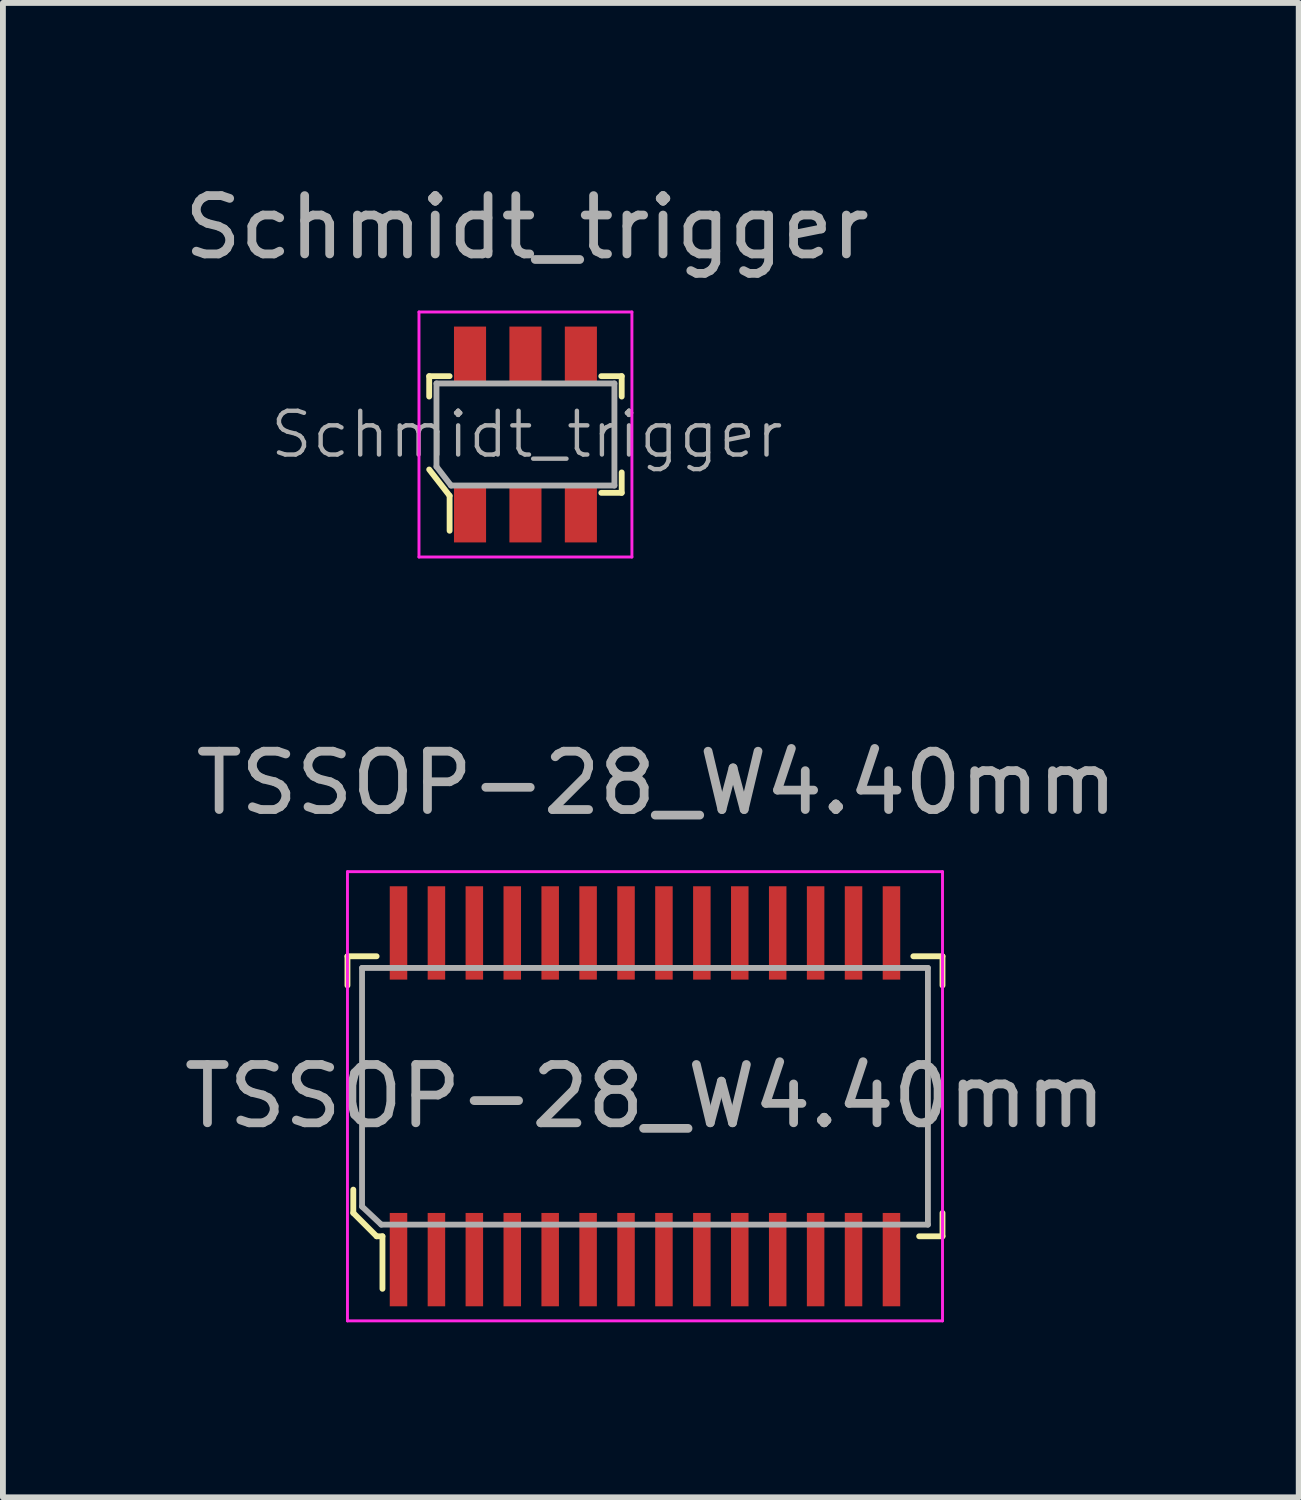
<source format=kicad_pcb>
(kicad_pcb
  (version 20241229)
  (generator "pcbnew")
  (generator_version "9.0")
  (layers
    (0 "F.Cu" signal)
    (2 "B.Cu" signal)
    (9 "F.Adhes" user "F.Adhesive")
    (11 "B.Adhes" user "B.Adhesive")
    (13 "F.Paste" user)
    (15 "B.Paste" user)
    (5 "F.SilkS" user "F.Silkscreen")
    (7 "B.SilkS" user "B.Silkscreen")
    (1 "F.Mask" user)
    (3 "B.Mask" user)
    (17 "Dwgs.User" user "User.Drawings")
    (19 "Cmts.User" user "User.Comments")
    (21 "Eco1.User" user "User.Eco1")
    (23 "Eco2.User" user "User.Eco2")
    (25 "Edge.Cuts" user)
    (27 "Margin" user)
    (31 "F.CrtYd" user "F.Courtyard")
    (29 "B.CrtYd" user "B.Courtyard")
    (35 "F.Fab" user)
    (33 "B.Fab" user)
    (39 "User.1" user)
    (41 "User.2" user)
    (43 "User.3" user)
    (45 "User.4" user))
  (footprint "Schmidt_trigger"
    (layer "F.Cu")
    (at 5.957 4.398)
    (property "Reference" "Schmidt_trigger" (at 0.025 -3.55 0) (layer "F.Fab") (effects (font (size 1 1) (thickness 0.15))))
    (attr smd)
    (fp_line (start -1.65 -1) (end -1.65 -0.65) (stroke (width 0.1) (type solid)) (layer "F.SilkS"))
    (fp_line (start -1.3 -1) (end -1.65 -1) (stroke (width 0.1) (type solid)) (layer "F.SilkS"))
    (fp_line (start -1.3 1.05) (end -1.65 0.6) (stroke (width 0.1) (type solid)) (layer "F.SilkS"))
    (fp_line (start -1.3 1.65) (end -1.3 1.05) (stroke (width 0.1) (type solid)) (layer "F.SilkS"))
    (fp_line (start 1.3 -1) (end 1.65 -1) (stroke (width 0.1) (type solid)) (layer "F.SilkS"))
    (fp_line (start 1.65 -1) (end 1.65 -0.65) (stroke (width 0.1) (type solid)) (layer "F.SilkS"))
    (fp_line (start 1.65 0.65) (end 1.65 1) (stroke (width 0.1) (type solid)) (layer "F.SilkS"))
    (fp_line (start 1.65 1) (end 1.3 1) (stroke (width 0.1) (type solid)) (layer "F.SilkS"))
    (fp_line (start -1.825 -2.1) (end 1.825 -2.1) (stroke (width 0.05) (type solid)) (layer "F.CrtYd"))
    (fp_line (start -1.825 2.1) (end -1.825 -2.1) (stroke (width 0.05) (type solid)) (layer "F.CrtYd"))
    (fp_line (start 1.825 -2.1) (end 1.825 2.1) (stroke (width 0.05) (type solid)) (layer "F.CrtYd"))
    (fp_line (start 1.825 2.1) (end -1.825 2.1) (stroke (width 0.05) (type solid)) (layer "F.CrtYd"))
    (fp_line (start -1.525 0.55) (end -1.525 -0.875) (stroke (width 0.1) (type solid)) (layer "F.Fab"))
    (fp_line (start -1.525 0.55) (end -1.275 0.875) (stroke (width 0.1) (type solid)) (layer "F.Fab"))
    (fp_line (start 1.525 -0.875) (end -1.525 -0.875) (stroke (width 0.1) (type solid)) (layer "F.Fab"))
    (fp_line (start 1.525 0.875) (end -1.275 0.875) (stroke (width 0.1) (type solid)) (layer "F.Fab"))
    (fp_line (start 1.525 0.875) (end 1.525 -0.875) (stroke (width 0.1) (type solid)) (layer "F.Fab"))
    (fp_text user "${REFERENCE}" (at 0.025 0 0) (layer "F.Fab") (effects (font (size 0.75 0.75) (thickness 0.075))))
    (pad "1" smd rect (at -0.95 1.35) (size 0.55 1) (layers "F.Cu" "F.Mask" "F.Paste"))
    (pad "2" smd rect (at 0 1.35) (size 0.55 1) (layers "F.Cu" "F.Mask" "F.Paste"))
    (pad "3" smd rect (at 0.95 1.35) (size 0.55 1) (layers "F.Cu" "F.Mask" "F.Paste"))
    (pad "4" smd rect (at 0.95 -1.35) (size 0.55 1) (layers "F.Cu" "F.Mask" "F.Paste"))
    (pad "5" smd rect (at 0 -1.35) (size 0.55 1) (layers "F.Cu" "F.Mask" "F.Paste"))
    (pad "6" smd rect (at -0.95 -1.35) (size 0.55 1) (layers "F.Cu" "F.Mask" "F.Paste")))
  (footprint "TSSOP-28_W4.40mm"
    (layer "F.Cu")
    (at 8.006 15.742)
    (property "Reference" "TSSOP-28_W4.40mm" (at 0.2 -5.37 0) (layer "F.Fab") (effects (font (size 1 1) (thickness 0.15))))
    (attr smd)
    (fp_line (start -5.1 -2.4) (end -5.1 -1.9) (stroke (width 0.1) (type solid)) (layer "F.SilkS"))
    (fp_line (start -5 1.6) (end -5 2) (stroke (width 0.1) (type solid)) (layer "F.SilkS"))
    (fp_line (start -5 2) (end -4.6 2.4) (stroke (width 0.1) (type solid)) (layer "F.SilkS"))
    (fp_line (start -4.6 -2.4) (end -5.1 -2.4) (stroke (width 0.1) (type solid)) (layer "F.SilkS"))
    (fp_line (start -4.6 2.4) (end -4.5 2.4) (stroke (width 0.1) (type solid)) (layer "F.SilkS"))
    (fp_line (start -4.5 2.4) (end -4.5 3.3) (stroke (width 0.1) (type solid)) (layer "F.SilkS"))
    (fp_line (start 4.6 -2.4) (end 5.1 -2.4) (stroke (width 0.1) (type solid)) (layer "F.SilkS"))
    (fp_line (start 5.1 -2.4) (end 5.1 -1.9) (stroke (width 0.1) (type solid)) (layer "F.SilkS"))
    (fp_line (start 5.1 2) (end 5.1 2.4) (stroke (width 0.1) (type solid)) (layer "F.SilkS"))
    (fp_line (start 5.1 2.4) (end 4.7 2.4) (stroke (width 0.1) (type solid)) (layer "F.SilkS"))
    (fp_line (start -5.1 -3.85) (end -5.1 3.85) (stroke (width 0.05) (type solid)) (layer "F.CrtYd"))
    (fp_line (start -5.1 -3.85) (end 5.1 -3.85) (stroke (width 0.05) (type solid)) (layer "F.CrtYd"))
    (fp_line (start -5.1 3.85) (end 5.1 3.85) (stroke (width 0.05) (type solid)) (layer "F.CrtYd"))
    (fp_line (start 5.1 -3.85) (end 5.1 3.85) (stroke (width 0.05) (type solid)) (layer "F.CrtYd"))
    (fp_line (start -4.85 -2.2) (end 4.85 -2.2) (stroke (width 0.1) (type solid)) (layer "F.Fab"))
    (fp_line (start -4.85 1.89) (end -4.85 -2.2) (stroke (width 0.1) (type solid)) (layer "F.Fab"))
    (fp_line (start -4.85 1.89) (end -4.52 2.2) (stroke (width 0.1) (type solid)) (layer "F.Fab"))
    (fp_line (start -4.52 2.2) (end 4.85 2.2) (stroke (width 0.1) (type solid)) (layer "F.Fab"))
    (fp_line (start 4.85 -2.2) (end 4.85 2.2) (stroke (width 0.1) (type solid)) (layer "F.Fab"))
    (fp_text user "${REFERENCE}" (at 0 0 0) (layer "F.Fab") (effects (font (size 1 1) (thickness 0.15))))
    (pad "1" smd rect (at -4.225 2.8) (size 0.3 1.6) (layers "F.Cu" "F.Mask" "F.Paste"))
    (pad "2" smd rect (at -3.575 2.8) (size 0.3 1.6) (layers "F.Cu" "F.Mask" "F.Paste"))
    (pad "3" smd rect (at -2.925 2.8) (size 0.3 1.6) (layers "F.Cu" "F.Mask" "F.Paste"))
    (pad "4" smd rect (at -2.275 2.8) (size 0.3 1.6) (layers "F.Cu" "F.Mask" "F.Paste"))
    (pad "5" smd rect (at -1.625 2.8) (size 0.3 1.6) (layers "F.Cu" "F.Mask" "F.Paste"))
    (pad "6" smd rect (at -0.975 2.8) (size 0.3 1.6) (layers "F.Cu" "F.Mask" "F.Paste"))
    (pad "7" smd rect (at -0.325 2.8) (size 0.3 1.6) (layers "F.Cu" "F.Mask" "F.Paste"))
    (pad "8" smd rect (at 0.325 2.8) (size 0.3 1.6) (layers "F.Cu" "F.Mask" "F.Paste"))
    (pad "9" smd rect (at 0.975 2.8) (size 0.3 1.6) (layers "F.Cu" "F.Mask" "F.Paste"))
    (pad "10" smd rect (at 1.625 2.8) (size 0.3 1.6) (layers "F.Cu" "F.Mask" "F.Paste"))
    (pad "11" smd rect (at 2.275 2.8) (size 0.3 1.6) (layers "F.Cu" "F.Mask" "F.Paste"))
    (pad "12" smd rect (at 2.925 2.8) (size 0.3 1.6) (layers "F.Cu" "F.Mask" "F.Paste"))
    (pad "13" smd rect (at 3.575 2.8) (size 0.3 1.6) (layers "F.Cu" "F.Mask" "F.Paste"))
    (pad "14" smd rect (at 4.225 2.8) (size 0.3 1.6) (layers "F.Cu" "F.Mask" "F.Paste"))
    (pad "15" smd rect (at 4.225 -2.8) (size 0.3 1.6) (layers "F.Cu" "F.Mask" "F.Paste"))
    (pad "16" smd rect (at 3.575 -2.8) (size 0.3 1.6) (layers "F.Cu" "F.Mask" "F.Paste"))
    (pad "17" smd rect (at 2.925 -2.8) (size 0.3 1.6) (layers "F.Cu" "F.Mask" "F.Paste"))
    (pad "18" smd rect (at 2.275 -2.8) (size 0.3 1.6) (layers "F.Cu" "F.Mask" "F.Paste"))
    (pad "19" smd rect (at 1.625 -2.8) (size 0.3 1.6) (layers "F.Cu" "F.Mask" "F.Paste"))
    (pad "20" smd rect (at 0.975 -2.8) (size 0.3 1.6) (layers "F.Cu" "F.Mask" "F.Paste"))
    (pad "21" smd rect (at 0.325 -2.8) (size 0.3 1.6) (layers "F.Cu" "F.Mask" "F.Paste"))
    (pad "22" smd rect (at -0.325 -2.8) (size 0.3 1.6) (layers "F.Cu" "F.Mask" "F.Paste"))
    (pad "23" smd rect (at -0.975 -2.8) (size 0.3 1.6) (layers "F.Cu" "F.Mask" "F.Paste"))
    (pad "24" smd rect (at -1.625 -2.8) (size 0.3 1.6) (layers "F.Cu" "F.Mask" "F.Paste"))
    (pad "25" smd rect (at -2.275 -2.8) (size 0.3 1.6) (layers "F.Cu" "F.Mask" "F.Paste"))
    (pad "26" smd rect (at -2.925 -2.8) (size 0.3 1.6) (layers "F.Cu" "F.Mask" "F.Paste"))
    (pad "27" smd rect (at -3.575 -2.8) (size 0.3 1.6) (layers "F.Cu" "F.Mask" "F.Paste"))
    (pad "28" smd rect (at -4.225 -2.8) (size 0.3 1.6) (layers "F.Cu" "F.Mask" "F.Paste")))
  (gr_rect
    (start -3 -3)
    (end 19.212 22.616)
    (stroke (width 0.1) (type default))
    (fill no)
    (layer "Edge.Cuts")))
</source>
